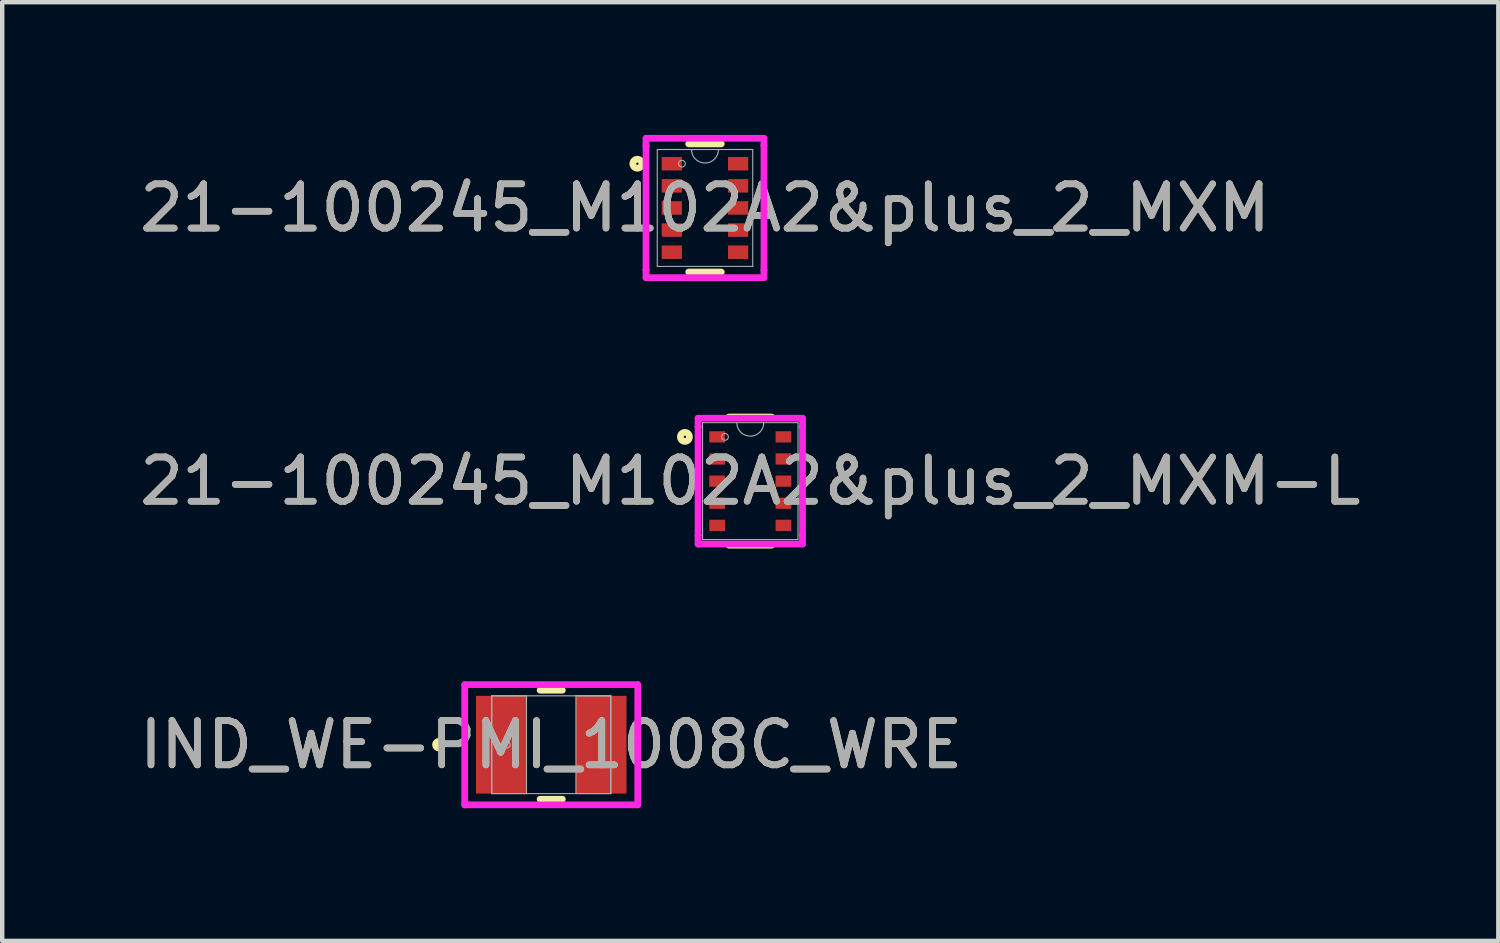
<source format=kicad_pcb>
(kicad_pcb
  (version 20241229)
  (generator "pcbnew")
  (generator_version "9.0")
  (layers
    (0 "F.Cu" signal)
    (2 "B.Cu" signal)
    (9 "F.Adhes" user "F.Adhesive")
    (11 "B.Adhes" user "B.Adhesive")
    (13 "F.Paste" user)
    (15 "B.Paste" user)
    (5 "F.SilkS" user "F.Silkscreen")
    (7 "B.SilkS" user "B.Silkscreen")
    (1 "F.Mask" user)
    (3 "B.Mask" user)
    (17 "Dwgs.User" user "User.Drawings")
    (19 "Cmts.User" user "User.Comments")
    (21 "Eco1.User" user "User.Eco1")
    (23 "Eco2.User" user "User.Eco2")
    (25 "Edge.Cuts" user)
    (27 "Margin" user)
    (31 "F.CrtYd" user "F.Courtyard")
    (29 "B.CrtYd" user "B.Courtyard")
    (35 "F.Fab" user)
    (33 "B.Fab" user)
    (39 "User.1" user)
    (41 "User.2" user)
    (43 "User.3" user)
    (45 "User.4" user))
  (footprint "21-100245_M102A2&plus_2_MXM"
    (layer "F.Cu")
    (at 12.887 1.651)
    (property "Reference" "21-100245_M102A2&plus_2_MXM" (at 0 0 0) (unlocked yes) (layer "F.SilkS") (effects (font (size 1 1) (thickness 0.15))))
    (attr smd)
    (fp_line (start -0.368 1.448) (end 0.368 1.448) (stroke (width 0.152) (type solid)) (layer "F.SilkS"))
    (fp_line (start 0.368 -1.448) (end -0.368 -1.448) (stroke (width 0.152) (type solid)) (layer "F.SilkS"))
    (fp_circle (center -1.529 -1) (end -1.427 -1) (stroke (width 0.152) (type solid)) (fill no) (layer "F.SilkS"))
    (fp_line (start -1.333 -1.575) (end 1.333 -1.575) (stroke (width 0.152) (type solid)) (layer "F.CrtYd"))
    (fp_line (start -1.333 -1.406) (end -1.333 -1.575) (stroke (width 0.152) (type solid)) (layer "F.CrtYd"))
    (fp_line (start -1.333 -1.406) (end -1.333 -1.406) (stroke (width 0.152) (type solid)) (layer "F.CrtYd"))
    (fp_line (start -1.333 1.406) (end -1.333 -1.406) (stroke (width 0.152) (type solid)) (layer "F.CrtYd"))
    (fp_line (start -1.333 1.406) (end -1.333 1.406) (stroke (width 0.152) (type solid)) (layer "F.CrtYd"))
    (fp_line (start -1.333 1.575) (end -1.333 1.406) (stroke (width 0.152) (type solid)) (layer "F.CrtYd"))
    (fp_line (start 1.333 -1.575) (end 1.333 -1.406) (stroke (width 0.152) (type solid)) (layer "F.CrtYd"))
    (fp_line (start 1.333 -1.406) (end 1.333 -1.406) (stroke (width 0.152) (type solid)) (layer "F.CrtYd"))
    (fp_line (start 1.333 -1.406) (end 1.333 1.406) (stroke (width 0.152) (type solid)) (layer "F.CrtYd"))
    (fp_line (start 1.333 1.406) (end 1.333 1.406) (stroke (width 0.152) (type solid)) (layer "F.CrtYd"))
    (fp_line (start 1.333 1.406) (end 1.333 1.575) (stroke (width 0.152) (type solid)) (layer "F.CrtYd"))
    (fp_line (start 1.333 1.575) (end -1.333 1.575) (stroke (width 0.152) (type solid)) (layer "F.CrtYd"))
    (fp_line (start -1.079 -1.321) (end -1.079 1.321) (stroke (width 0.025) (type solid)) (layer "F.Fab"))
    (fp_line (start -1.079 1.321) (end 1.079 1.321) (stroke (width 0.025) (type solid)) (layer "F.Fab"))
    (fp_line (start 1.079 -1.321) (end -1.079 -1.321) (stroke (width 0.025) (type solid)) (layer "F.Fab"))
    (fp_line (start 1.079 1.321) (end 1.079 -1.321) (stroke (width 0.025) (type solid)) (layer "F.Fab"))
    (fp_arc (start 0.3048 -1.3208) (mid 0 -1.016) (end -0.3048 -1.3208) (stroke (width 0.0254) (type solid)) (layer "F.Fab"))
    (fp_circle (center -0.521 -1) (end -0.445 -1) (stroke (width 0.025) (type solid)) (fill no) (layer "F.Fab"))
    (fp_text user "${REFERENCE}" (at 0 0 0) (unlocked yes) (layer "F.Fab") (effects (font (size 1 1) (thickness 0.15))))
    (pad "1" smd rect (at -0.749 -1) (size 0.457 0.305) (layers "F.Cu" "F.Mask" "F.Paste"))
    (pad "2" smd rect (at -0.749 -0.5) (size 0.457 0.305) (layers "F.Cu" "F.Mask" "F.Paste"))
    (pad "3" smd rect (at -0.749 0) (size 0.457 0.305) (layers "F.Cu" "F.Mask" "F.Paste"))
    (pad "4" smd rect (at -0.749 0.5) (size 0.457 0.305) (layers "F.Cu" "F.Mask" "F.Paste"))
    (pad "5" smd rect (at -0.749 1) (size 0.457 0.305) (layers "F.Cu" "F.Mask" "F.Paste"))
    (pad "6" smd rect (at 0.749 1) (size 0.457 0.305) (layers "F.Cu" "F.Mask" "F.Paste"))
    (pad "7" smd rect (at 0.749 0.5) (size 0.457 0.305) (layers "F.Cu" "F.Mask" "F.Paste"))
    (pad "8" smd rect (at 0.749 0) (size 0.457 0.305) (layers "F.Cu" "F.Mask" "F.Paste"))
    (pad "9" smd rect (at 0.749 -0.5) (size 0.457 0.305) (layers "F.Cu" "F.Mask" "F.Paste"))
    (pad "10" smd rect (at 0.749 -1) (size 0.457 0.305) (layers "F.Cu" "F.Mask" "F.Paste")))
  (footprint "IND_WE-PMI_1008C_WRE"
    (layer "F.Cu")
    (at 9.411 13.785)
    (property "Reference" "IND_WE-PMI_1008C_WRE" (at 0 0 0) (unlocked yes) (layer "F.SilkS") (effects (font (size 1 1) (thickness 0.15))))
    (attr smd)
    (fp_line (start -0.251 1.232) (end 0.251 1.232) (stroke (width 0.152) (type solid)) (layer "F.SilkS"))
    (fp_line (start 0.251 -1.232) (end -0.251 -1.232) (stroke (width 0.152) (type solid)) (layer "F.SilkS"))
    (fp_circle (center -2.54 0) (end -2.464 0) (stroke (width 0.152) (type solid)) (fill no) (layer "F.SilkS"))
    (fp_line (start -1.956 -1.359) (end 1.956 -1.359) (stroke (width 0.152) (type solid)) (layer "F.CrtYd"))
    (fp_line (start -1.956 1.359) (end -1.956 -1.359) (stroke (width 0.152) (type solid)) (layer "F.CrtYd"))
    (fp_line (start 1.956 -1.359) (end 1.956 1.359) (stroke (width 0.152) (type solid)) (layer "F.CrtYd"))
    (fp_line (start 1.956 1.359) (end -1.956 1.359) (stroke (width 0.152) (type solid)) (layer "F.CrtYd"))
    (fp_line (start -1.346 -1.105) (end -1.346 1.105) (stroke (width 0.025) (type solid)) (layer "F.Fab"))
    (fp_line (start -1.346 -1.105) (end -1.346 1.105) (stroke (width 0.025) (type solid)) (layer "F.Fab"))
    (fp_line (start -1.346 1.105) (end -0.559 1.105) (stroke (width 0.025) (type solid)) (layer "F.Fab"))
    (fp_line (start -1.346 1.105) (end 1.346 1.105) (stroke (width 0.025) (type solid)) (layer "F.Fab"))
    (fp_line (start -0.559 -1.105) (end -1.346 -1.105) (stroke (width 0.025) (type solid)) (layer "F.Fab"))
    (fp_line (start -0.559 1.105) (end -0.559 -1.105) (stroke (width 0.025) (type solid)) (layer "F.Fab"))
    (fp_line (start 0.559 -1.105) (end 0.559 1.105) (stroke (width 0.025) (type solid)) (layer "F.Fab"))
    (fp_line (start 0.559 1.105) (end 1.346 1.105) (stroke (width 0.025) (type solid)) (layer "F.Fab"))
    (fp_line (start 1.346 -1.105) (end -1.346 -1.105) (stroke (width 0.025) (type solid)) (layer "F.Fab"))
    (fp_line (start 1.346 -1.105) (end 0.559 -1.105) (stroke (width 0.025) (type solid)) (layer "F.Fab"))
    (fp_line (start 1.346 1.105) (end 1.346 -1.105) (stroke (width 0.025) (type solid)) (layer "F.Fab"))
    (fp_line (start 1.346 1.105) (end 1.346 -1.105) (stroke (width 0.025) (type solid)) (layer "F.Fab"))
    (fp_circle (center -1.003 0) (end -0.927 0) (stroke (width 0.025) (type solid)) (fill no) (layer "F.Fab"))
    (fp_text user "${REFERENCE}" (at 0 0 0) (unlocked yes) (layer "F.Fab") (effects (font (size 1 1) (thickness 0.15))))
    (pad "1" smd rect (at -1.13 0) (size 1.143 2.21) (layers "F.Cu" "F.Mask" "F.Paste"))
    (pad "2" smd rect (at 1.13 0) (size 1.143 2.21) (layers "F.Cu" "F.Mask" "F.Paste"))
    (zone (net_name "") (layer "F.Cu") (hatch full 0.508) (connect_pads) (min_thickness 0.254) (filled_areas_thickness no) (keepout (tracks not_allowed) (vias not_allowed) (pads allowed) (copperpour not_allowed) (footprints allowed)) (placement (enabled no)) (fill) (polygon (pts (xy 8.903 12.731) (xy 9.919 12.731) (xy 9.919 14.839) (xy 8.903 14.839)))))
  (footprint "21-100245_M102A2&plus_2_MXM-L"
    (layer "F.Cu")
    (at 13.911 7.826)
    (property "Reference" "21-100245_M102A2&plus_2_MXM-L" (at 0 0 0) (unlocked yes) (layer "F.SilkS") (effects (font (size 1 1) (thickness 0.15))))
    (attr smd)
    (fp_line (start -0.483 1.448) (end 0.483 1.448) (stroke (width 0.152) (type solid)) (layer "F.SilkS"))
    (fp_line (start 0.483 -1.448) (end -0.483 -1.448) (stroke (width 0.152) (type solid)) (layer "F.SilkS"))
    (fp_circle (center -1.478 -1) (end -1.376 -1) (stroke (width 0.152) (type solid)) (fill no) (layer "F.SilkS"))
    (fp_line (start -1.181 -1.422) (end 1.181 -1.422) (stroke (width 0.152) (type solid)) (layer "F.CrtYd"))
    (fp_line (start -1.181 -1.229) (end -1.181 -1.422) (stroke (width 0.152) (type solid)) (layer "F.CrtYd"))
    (fp_line (start -1.181 -1.229) (end -1.181 -1.229) (stroke (width 0.152) (type solid)) (layer "F.CrtYd"))
    (fp_line (start -1.181 1.229) (end -1.181 -1.229) (stroke (width 0.152) (type solid)) (layer "F.CrtYd"))
    (fp_line (start -1.181 1.229) (end -1.181 1.229) (stroke (width 0.152) (type solid)) (layer "F.CrtYd"))
    (fp_line (start -1.181 1.422) (end -1.181 1.229) (stroke (width 0.152) (type solid)) (layer "F.CrtYd"))
    (fp_line (start 1.181 -1.422) (end 1.181 -1.229) (stroke (width 0.152) (type solid)) (layer "F.CrtYd"))
    (fp_line (start 1.181 -1.229) (end 1.181 -1.229) (stroke (width 0.152) (type solid)) (layer "F.CrtYd"))
    (fp_line (start 1.181 -1.229) (end 1.181 1.229) (stroke (width 0.152) (type solid)) (layer "F.CrtYd"))
    (fp_line (start 1.181 1.229) (end 1.181 1.229) (stroke (width 0.152) (type solid)) (layer "F.CrtYd"))
    (fp_line (start 1.181 1.229) (end 1.181 1.422) (stroke (width 0.152) (type solid)) (layer "F.CrtYd"))
    (fp_line (start 1.181 1.422) (end -1.181 1.422) (stroke (width 0.152) (type solid)) (layer "F.CrtYd"))
    (fp_line (start -1.079 -1.321) (end -1.079 1.321) (stroke (width 0.025) (type solid)) (layer "F.Fab"))
    (fp_line (start -1.079 1.321) (end 1.079 1.321) (stroke (width 0.025) (type solid)) (layer "F.Fab"))
    (fp_line (start 1.079 -1.321) (end -1.079 -1.321) (stroke (width 0.025) (type solid)) (layer "F.Fab"))
    (fp_line (start 1.079 1.321) (end 1.079 -1.321) (stroke (width 0.025) (type solid)) (layer "F.Fab"))
    (fp_arc (start 0.3048 -1.3208) (mid 0 -1.016) (end -0.3048 -1.3208) (stroke (width 0.0254) (type solid)) (layer "F.Fab"))
    (fp_circle (center -0.572 -1) (end -0.495 -1) (stroke (width 0.025) (type solid)) (fill no) (layer "F.Fab"))
    (fp_text user "${REFERENCE}" (at 0 0 0) (unlocked yes) (layer "F.Fab") (effects (font (size 1 1) (thickness 0.15))))
    (pad "1" smd rect (at -0.749 -1) (size 0.356 0.254) (layers "F.Cu" "F.Mask" "F.Paste"))
    (pad "2" smd rect (at -0.749 -0.5) (size 0.356 0.254) (layers "F.Cu" "F.Mask" "F.Paste"))
    (pad "3" smd rect (at -0.749 0) (size 0.356 0.254) (layers "F.Cu" "F.Mask" "F.Paste"))
    (pad "4" smd rect (at -0.749 0.5) (size 0.356 0.254) (layers "F.Cu" "F.Mask" "F.Paste"))
    (pad "5" smd rect (at -0.749 1) (size 0.356 0.254) (layers "F.Cu" "F.Mask" "F.Paste"))
    (pad "6" smd rect (at 0.749 1) (size 0.356 0.254) (layers "F.Cu" "F.Mask" "F.Paste"))
    (pad "7" smd rect (at 0.749 0.5) (size 0.356 0.254) (layers "F.Cu" "F.Mask" "F.Paste"))
    (pad "8" smd rect (at 0.749 0) (size 0.356 0.254) (layers "F.Cu" "F.Mask" "F.Paste"))
    (pad "9" smd rect (at 0.749 -0.5) (size 0.356 0.254) (layers "F.Cu" "F.Mask" "F.Paste"))
    (pad "10" smd rect (at 0.749 -1) (size 0.356 0.254) (layers "F.Cu" "F.Mask" "F.Paste")))
  (gr_rect
    (start -3 -3)
    (end 30.821 18.22)
    (stroke (width 0.1) (type default))
    (fill no)
    (layer "Edge.Cuts")))
</source>
